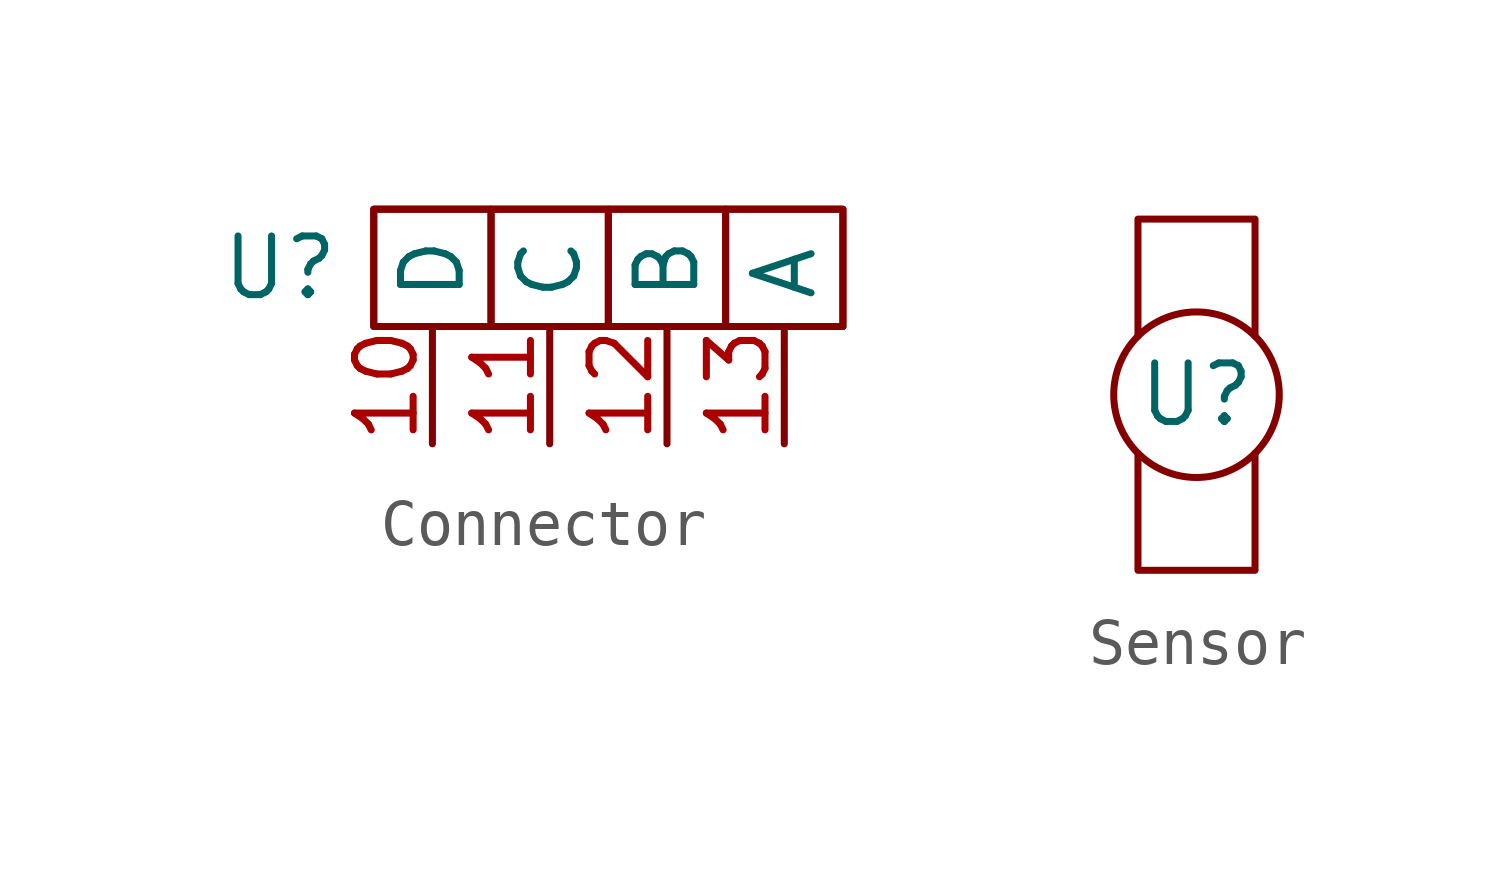
<source format=kicad_sym>
(kicad_symbol_lib
  (version 20231120)
  (generator "kicad_symbol_editor")
  (generator_version "8.0")
  (symbol "Connector"
    (property "Reference" "U"
      (at -7.112 0 0)
      (effects (font (size 1.27 1.27))))
    (property "Value" ""
      (at 0 0 0)
      (effects (font (size 1.27 1.27))))
    (symbol "Connector_0_1"
      (rectangle (start -5.08 1.27) (end 5.08 -1.27) (stroke (width 0) (type default)) (fill (type none)))
      (rectangle (start -2.54 -1.27) (end -5.08 1.27) (stroke (width 0) (type default)) (fill (type none)))
      (rectangle (start -2.54 1.27) (end 0 -1.27) (stroke (width 0) (type default)) (fill (type none)))
      (rectangle (start 0 1.27) (end 2.54 -1.27) (stroke (width 0) (type default)) (fill (type none)))
      (rectangle (start 2.54 1.27) (end 5.08 -1.27) (stroke (width 0) (type default)) (fill (type none))))
    (symbol "Connector_1_1"
      (pin bidirectional line (at -3.81 -3.81 90) (length 2.54) (name "D" (effects (font (size 1.27 1.27)))) (number "10" (effects (font (size 1.27 1.27)))))
      (pin bidirectional line (at -1.27 -3.81 90) (length 2.54) (name "C" (effects (font (size 1.27 1.27)))) (number "11" (effects (font (size 1.27 1.27)))))
      (pin bidirectional line (at 1.27 -3.81 90) (length 2.54) (name "B" (effects (font (size 1.27 1.27)))) (number "12" (effects (font (size 1.27 1.27)))))
      (pin bidirectional line (at 3.81 -3.81 90) (length 2.54) (name "A" (effects (font (size 1.27 1.27)))) (number "13" (effects (font (size 1.27 1.27)))))))
  (symbol "Sensor"
    (property "Reference" "U"
      (at 0 0 0)
      (effects (font (size 1.27 1.27))))
    (property "Value" ""
      (at 0 0 0)
      (effects (font (size 1.27 1.27))))
    (symbol "Sensor_0_1"
      (polyline (pts (xy -1.27 -1.27) (xy -1.27 -3.81) (xy 1.27 -3.81) (xy 1.27 -1.27)) (stroke (width 0) (type default)) (fill (type none)))
      (polyline (pts (xy 1.27 1.27) (xy 1.27 3.81) (xy -1.27 3.81) (xy -1.27 1.27)) (stroke (width 0) (type default)) (fill (type none)))
      (circle (center 0 0) (radius 1.796) (stroke (width 0) (type default)) (fill (type none))))))
</source>
